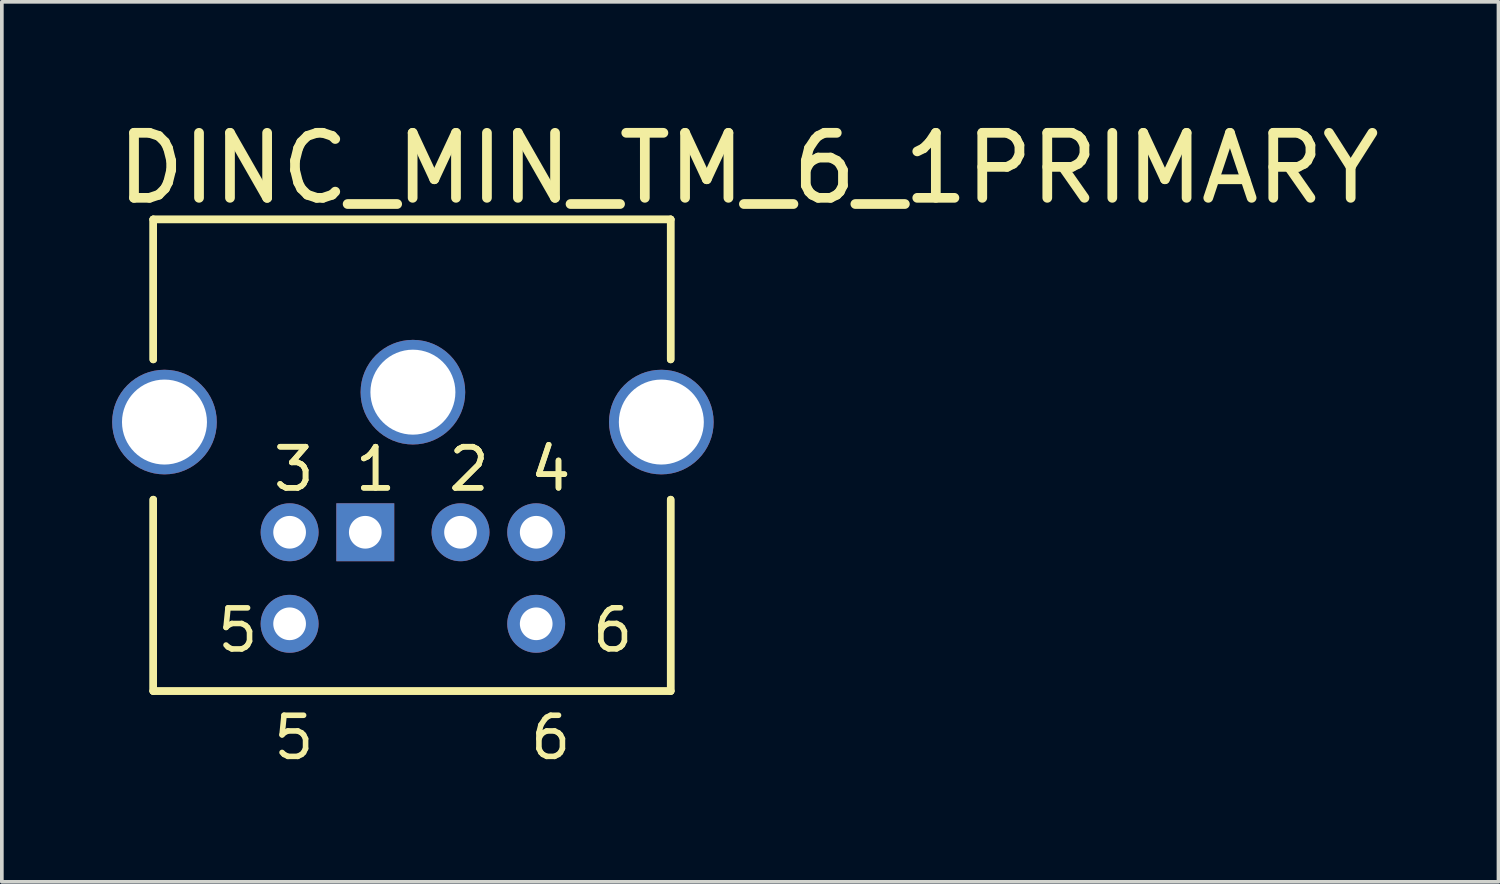
<source format=kicad_pcb>
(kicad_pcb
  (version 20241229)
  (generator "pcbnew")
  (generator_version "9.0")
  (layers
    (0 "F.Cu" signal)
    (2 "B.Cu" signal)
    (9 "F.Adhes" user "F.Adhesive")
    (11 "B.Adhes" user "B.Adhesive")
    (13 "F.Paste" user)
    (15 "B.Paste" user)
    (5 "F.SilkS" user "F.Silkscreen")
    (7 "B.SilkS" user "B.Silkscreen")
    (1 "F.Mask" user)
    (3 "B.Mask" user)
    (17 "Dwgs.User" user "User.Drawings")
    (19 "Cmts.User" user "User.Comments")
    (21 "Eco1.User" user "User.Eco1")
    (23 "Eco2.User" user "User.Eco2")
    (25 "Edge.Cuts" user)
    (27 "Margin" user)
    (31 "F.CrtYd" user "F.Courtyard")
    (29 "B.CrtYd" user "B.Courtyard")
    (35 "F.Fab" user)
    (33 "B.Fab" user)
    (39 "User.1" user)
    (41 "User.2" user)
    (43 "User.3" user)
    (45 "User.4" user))
  (footprint "DINC_MIN_TM_6_1PRIMARY"
    (layer "F.Cu")
    (at 8.179 2.916)
    (property "Reference" "DINC_MIN_TM_6_1PRIMARY" (at -8.179 -0.356 0) (layer "F.SilkS") (effects (font (size 1.768 1.768) (thickness 0.264)) (justify left bottom)))
    (fp_line (start -7.061 0) (end 7.01 0) (stroke (width 0.203) (type solid)) (layer "F.SilkS"))
    (fp_line (start -7.061 0) (end 7.01 0) (stroke (width 0.203) (type solid)) (layer "F.SilkS"))
    (fp_line (start -7.061 3.81) (end -7.061 0) (stroke (width 0.203) (type solid)) (layer "F.SilkS"))
    (fp_line (start -7.061 3.81) (end -7.061 0) (stroke (width 0.203) (type solid)) (layer "F.SilkS"))
    (fp_line (start -7.061 12.827) (end -7.061 7.62) (stroke (width 0.203) (type solid)) (layer "F.SilkS"))
    (fp_line (start -7.061 12.827) (end -7.061 7.62) (stroke (width 0.203) (type solid)) (layer "F.SilkS"))
    (fp_line (start -7.061 12.827) (end 7.01 12.827) (stroke (width 0.203) (type solid)) (layer "F.SilkS"))
    (fp_line (start -7.061 12.827) (end 7.01 12.827) (stroke (width 0.203) (type solid)) (layer "F.SilkS"))
    (fp_line (start 7.01 3.81) (end 7.01 0) (stroke (width 0.203) (type solid)) (layer "F.SilkS"))
    (fp_line (start 7.01 3.81) (end 7.01 0) (stroke (width 0.203) (type solid)) (layer "F.SilkS"))
    (fp_line (start 7.01 12.827) (end 7.01 7.62) (stroke (width 0.203) (type solid)) (layer "F.SilkS"))
    (fp_line (start 7.01 12.827) (end 7.01 7.62) (stroke (width 0.203) (type solid)) (layer "F.SilkS"))
    (fp_text user "2" (at 0.892 7.445 0) (layer "F.SilkS") (effects (font (size 1.118 1.118) (thickness 0.152)) (justify left bottom)))
    (fp_text user "4" (at 3.114 7.445 0) (layer "F.SilkS") (effects (font (size 1.118 1.118) (thickness 0.152)) (justify left bottom)))
    (fp_text user "6" (at 3.114 14.748 0) (layer "F.SilkS") (effects (font (size 1.118 1.118) (thickness 0.152)) (justify left bottom)))
    (fp_text user "3" (at -3.871 7.445 0) (layer "F.SilkS") (effects (font (size 1.118 1.118) (thickness 0.152)) (justify left bottom)))
    (fp_text user "2" (at 0.892 7.445 0) (layer "F.SilkS") (effects (font (size 1.118 1.118) (thickness 0.152)) (justify left bottom)))
    (fp_text user "6" (at 4.8 11.825 0) (layer "F.SilkS") (effects (font (size 1.118 1.118) (thickness 0.152)) (justify left bottom)))
    (fp_text user "1" (at -1.648 7.445 0) (layer "F.SilkS") (effects (font (size 1.118 1.118) (thickness 0.152)) (justify left bottom)))
    (fp_text user "5" (at -3.871 14.748 0) (layer "F.SilkS") (effects (font (size 1.118 1.118) (thickness 0.152)) (justify left bottom)))
    (fp_text user "3" (at -3.871 7.445 0) (layer "F.SilkS") (effects (font (size 1.118 1.118) (thickness 0.152)) (justify left bottom)))
    (fp_text user "4" (at 3.114 7.445 0) (layer "F.SilkS") (effects (font (size 1.118 1.118) (thickness 0.152)) (justify left bottom)))
    (fp_text user "1" (at -1.648 7.445 0) (layer "F.SilkS") (effects (font (size 1.118 1.118) (thickness 0.152)) (justify left bottom)))
    (fp_text user "5" (at -5.395 11.827 0) (layer "F.SilkS") (effects (font (size 1.118 1.118) (thickness 0.152)) (justify left bottom)))
    (pad "1" thru_hole rect (at -1.295 8.509) (size 1.575 1.575) (drill 0.889) (layers "*.Cu" "*.Mask"))
    (pad "2" thru_hole circle (at 1.295 8.509) (size 1.575 1.575) (drill 0.889) (layers "*.Cu" "*.Mask"))
    (pad "3" thru_hole circle (at -3.353 8.509) (size 1.575 1.575) (drill 0.889) (layers "*.Cu" "*.Mask"))
    (pad "4" thru_hole circle (at 3.353 8.509) (size 1.575 1.575) (drill 0.889) (layers "*.Cu" "*.Mask"))
    (pad "5" thru_hole circle (at -3.353 10.998) (size 1.575 1.575) (drill 0.889) (layers "*.Cu" "*.Mask"))
    (pad "6" thru_hole circle (at 3.353 10.998) (size 1.575 1.575) (drill 0.889) (layers "*.Cu" "*.Mask"))
    (pad "7" thru_hole circle (at -6.756 5.512) (size 2.845 2.845) (drill 2.311) (layers "*.Cu" "*.Mask"))
    (pad "8" thru_hole circle (at 0 4.699) (size 2.845 2.845) (drill 2.311) (layers "*.Cu" "*.Mask"))
    (pad "9" thru_hole circle (at 6.756 5.512) (size 2.845 2.845) (drill 2.311) (layers "*.Cu" "*.Mask")))
  (gr_rect
    (start -3 -3)
    (end 37.701 20.932)
    (stroke (width 0.1) (type default))
    (fill no)
    (layer "Edge.Cuts")))
</source>
